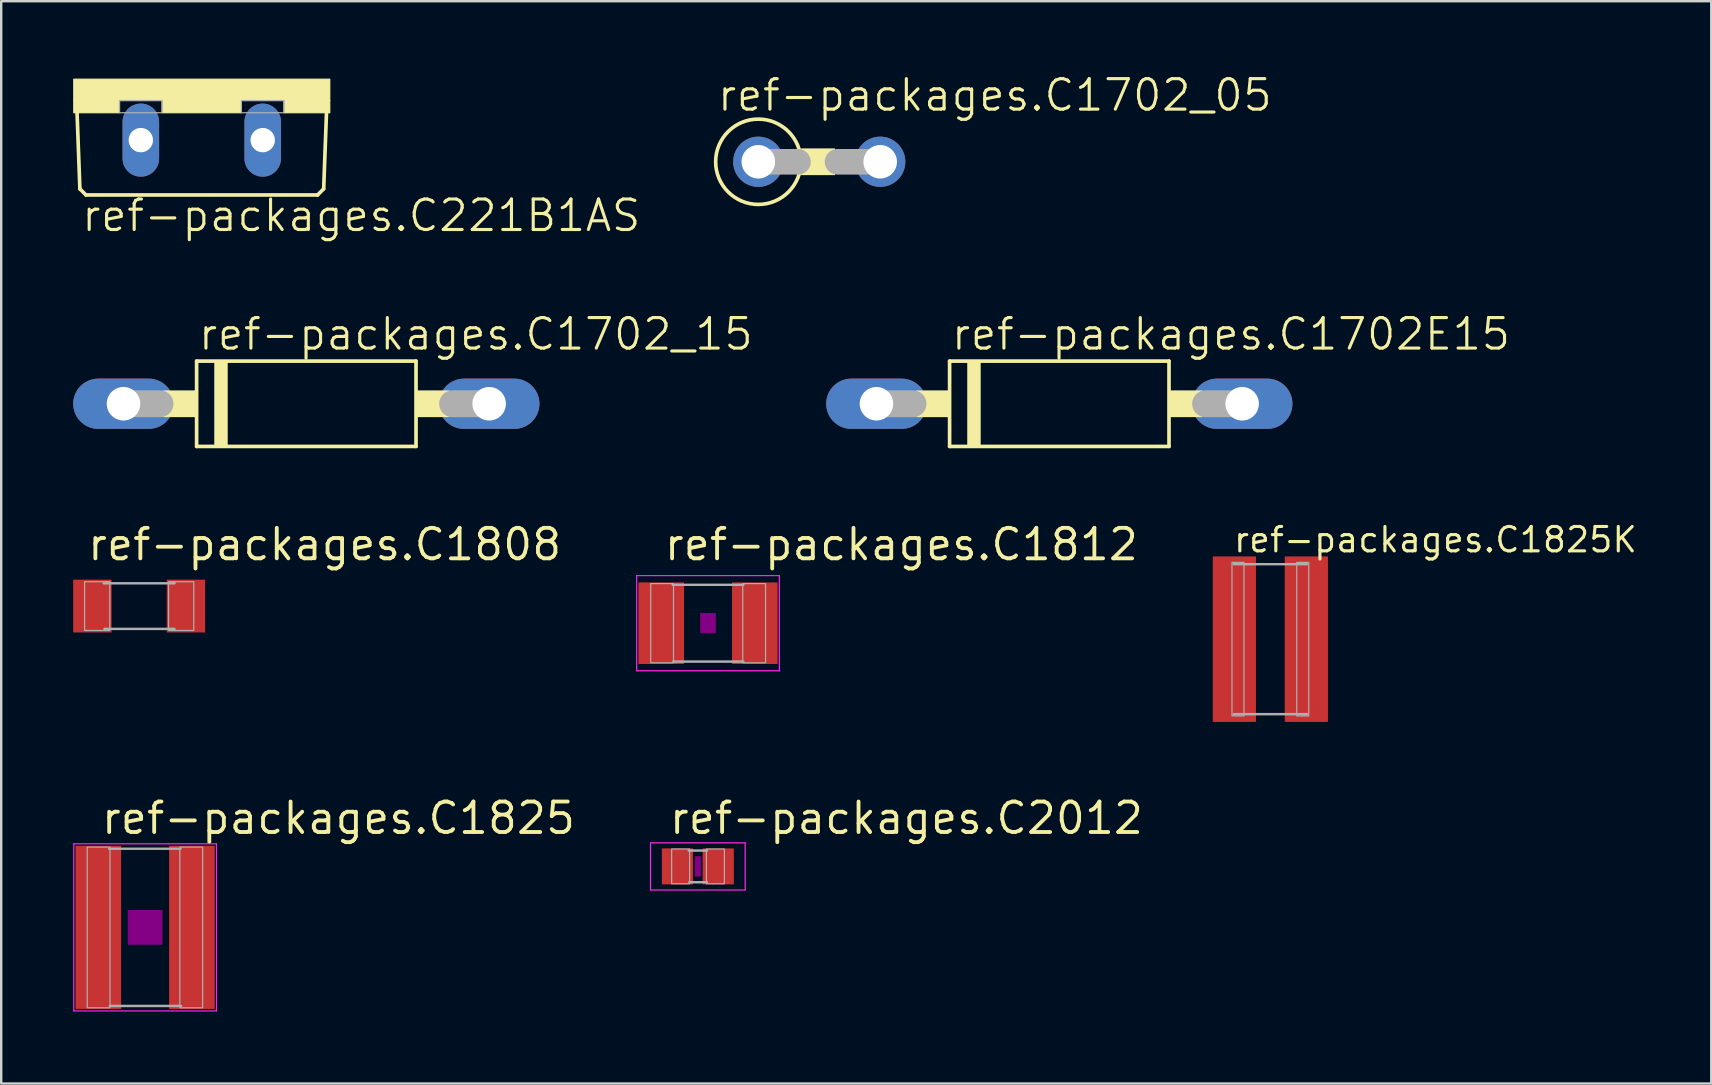
<source format=kicad_pcb>
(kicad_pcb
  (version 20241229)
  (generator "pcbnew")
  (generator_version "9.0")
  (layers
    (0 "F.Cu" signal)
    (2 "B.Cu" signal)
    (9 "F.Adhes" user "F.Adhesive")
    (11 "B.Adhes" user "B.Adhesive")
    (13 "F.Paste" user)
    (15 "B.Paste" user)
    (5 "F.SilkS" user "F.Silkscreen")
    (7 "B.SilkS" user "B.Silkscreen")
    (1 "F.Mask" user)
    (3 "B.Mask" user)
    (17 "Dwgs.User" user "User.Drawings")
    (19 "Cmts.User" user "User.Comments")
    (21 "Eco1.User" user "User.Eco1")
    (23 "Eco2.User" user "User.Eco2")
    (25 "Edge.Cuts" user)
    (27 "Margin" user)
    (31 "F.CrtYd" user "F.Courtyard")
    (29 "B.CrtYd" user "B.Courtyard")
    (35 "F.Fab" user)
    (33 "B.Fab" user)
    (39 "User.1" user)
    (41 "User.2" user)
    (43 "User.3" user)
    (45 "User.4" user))
  (footprint "ref-packages.C1702_05"
    (layer "F.Cu")
    (at 31.093 3.692)
    (property "Reference" "ref-packages.C1702_05" (at -4.318 -2.032 0) (layer "F.SilkS") (effects (font (size 1.27 1.27) (thickness 0.13)) (justify left bottom)))
    (attr through_hole)
    (fp_rect (start -0.737 0.533) (end 0.635 -0.533) (stroke (width 0.05) (type default)) (fill yes) (layer "F.SilkS"))
    (fp_circle (center -2.54 0) (end -0.762 0) (stroke (width 0.152) (type default)) (fill no) (layer "F.SilkS"))
    (fp_line (start -2.54 0) (end -0.889 0) (stroke (width 1.067) (type default)) (layer "F.Fab"))
    (fp_line (start 2.54 0) (end 0.762 0) (stroke (width 1.067) (type default)) (layer "F.Fab"))
    (pad "A" thru_hole circle (at 2.54 0) (size 2.095 2.095) (drill 1.397) (layers "*.Cu" "*.Mask"))
    (pad "C" thru_hole circle (at -2.54 0) (size 2.095 2.095) (drill 1.397) (layers "*.Cu" "*.Mask")))
  (footprint "ref-packages.C1702_15"
    (layer "F.Cu")
    (at 9.716 13.777)
    (property "Reference" "ref-packages.C1702_15" (at -4.572 -2.159 0) (layer "F.SilkS") (effects (font (size 1.27 1.27) (thickness 0.13)) (justify left bottom)))
    (attr through_hole)
    (fp_line (start -4.572 1.778) (end -4.572 -1.778) (stroke (width 0.152) (type default)) (layer "F.SilkS"))
    (fp_line (start -4.572 1.778) (end 4.572 1.778) (stroke (width 0.152) (type default)) (layer "F.SilkS"))
    (fp_line (start 4.572 -1.778) (end -4.572 -1.778) (stroke (width 0.152) (type default)) (layer "F.SilkS"))
    (fp_line (start 4.572 -1.778) (end 4.572 1.778) (stroke (width 0.152) (type default)) (layer "F.SilkS"))
    (fp_rect (start -5.944 0.533) (end -4.572 -0.533) (stroke (width 0.05) (type default)) (fill yes) (layer "F.SilkS"))
    (fp_rect (start -3.81 1.778) (end -3.302 -1.778) (stroke (width 0.05) (type default)) (fill yes) (layer "F.SilkS"))
    (fp_rect (start 4.572 0.533) (end 5.944 -0.533) (stroke (width 0.05) (type default)) (fill yes) (layer "F.SilkS"))
    (fp_line (start -7.62 0) (end -6.096 0) (stroke (width 1.118) (type default)) (layer "F.Fab"))
    (fp_line (start 7.62 0) (end 6.096 0) (stroke (width 1.118) (type default)) (layer "F.Fab"))
    (pad "A" thru_hole oval (at 7.62 0) (size 4.191 2.095) (drill 1.397) (layers "*.Cu" "*.Mask"))
    (pad "C" thru_hole oval (at -7.62 0) (size 4.191 2.095) (drill 1.397) (layers "*.Cu" "*.Mask")))
  (footprint "ref-packages.C1702E15"
    (layer "F.Cu")
    (at 41.097 13.777)
    (property "Reference" "ref-packages.C1702E15" (at -4.572 -2.159 0) (layer "F.SilkS") (effects (font (size 1.27 1.27) (thickness 0.13)) (justify left bottom)))
    (attr through_hole)
    (fp_line (start -4.572 1.778) (end -4.572 -1.778) (stroke (width 0.152) (type default)) (layer "F.SilkS"))
    (fp_line (start -4.572 1.778) (end 4.572 1.778) (stroke (width 0.152) (type default)) (layer "F.SilkS"))
    (fp_line (start 4.572 -1.778) (end -4.572 -1.778) (stroke (width 0.152) (type default)) (layer "F.SilkS"))
    (fp_line (start 4.572 -1.778) (end 4.572 1.778) (stroke (width 0.152) (type default)) (layer "F.SilkS"))
    (fp_rect (start -5.944 0.533) (end -4.572 -0.533) (stroke (width 0.05) (type default)) (fill yes) (layer "F.SilkS"))
    (fp_rect (start -3.81 1.778) (end -3.302 -1.778) (stroke (width 0.05) (type default)) (fill yes) (layer "F.SilkS"))
    (fp_rect (start 4.572 0.533) (end 5.944 -0.533) (stroke (width 0.05) (type default)) (fill yes) (layer "F.SilkS"))
    (fp_line (start -7.62 0) (end -6.096 0) (stroke (width 1.118) (type default)) (layer "F.Fab"))
    (fp_line (start 7.62 0) (end 6.096 0) (stroke (width 1.118) (type default)) (layer "F.Fab"))
    (pad "A" thru_hole oval (at 7.62 0) (size 4.191 2.095) (drill 1.397) (layers "*.Cu" "*.Mask"))
    (pad "C" thru_hole oval (at -7.62 0) (size 4.191 2.095) (drill 1.397) (layers "*.Cu" "*.Mask")))
  (footprint "ref-packages.C1825"
    (layer "F.Cu")
    (at 2.998 35.598)
    (property "Reference" "ref-packages.C1825" (at -1.905 -3.81 0) (layer "F.SilkS") (effects (font (size 1.27 1.27) (thickness 0.16)) (justify left bottom)))
    (attr smd)
    (fp_rect (start -0.7 0.7) (end 0.7 -0.7) (stroke (width 0.05) (type default)) (fill yes) (layer "F.Adhes"))
    (fp_line (start -2.973 -3.483) (end 2.973 -3.483) (stroke (width 0.051) (type default)) (layer "F.CrtYd"))
    (fp_line (start -2.973 3.483) (end -2.973 -3.483) (stroke (width 0.051) (type default)) (layer "F.CrtYd"))
    (fp_line (start 2.973 -3.483) (end 2.973 3.483) (stroke (width 0.051) (type default)) (layer "F.CrtYd"))
    (fp_line (start 2.973 3.483) (end -2.973 3.483) (stroke (width 0.051) (type default)) (layer "F.CrtYd"))
    (fp_line (start -1.499 -3.277) (end 1.473 -3.277) (stroke (width 0.102) (type default)) (layer "F.Fab"))
    (fp_line (start -1.473 3.277) (end 1.499 3.277) (stroke (width 0.102) (type default)) (layer "F.Fab"))
    (fp_rect (start -2.413 3.353) (end -1.463 -3.347) (stroke (width 0.05) (type default)) (fill no) (layer "F.Fab"))
    (fp_rect (start 1.448 3.353) (end 2.398 -3.347) (stroke (width 0.05) (type default)) (fill no) (layer "F.Fab"))
    (pad "1" smd roundrect (at -1.95 0) (size 1.9 6.8) (layers "F.Cu" "F.Mask" "F.Paste") (roundrect_rratio 0.01))
    (pad "2" smd roundrect (at 1.95 0) (size 1.9 6.8) (layers "F.Cu" "F.Mask" "F.Paste") (roundrect_rratio 0.01)))
  (footprint "ref-packages.C1825K"
    (layer "F.Cu")
    (at 49.893 23.588)
    (property "Reference" "ref-packages.C1825K" (at -1.6 -3.55 0) (layer "F.SilkS") (effects (font (size 1.016 1.016) (thickness 0.13)) (justify left bottom)))
    (attr smd)
    (fp_line (start -1.525 -3.125) (end 1.525 -3.125) (stroke (width 0.102) (type default)) (layer "F.Fab"))
    (fp_line (start 1.525 3.125) (end -1.525 3.125) (stroke (width 0.102) (type default)) (layer "F.Fab"))
    (fp_rect (start -1.6 3.2) (end -1.1 -3.2) (stroke (width 0.05) (type default)) (fill no) (layer "F.Fab"))
    (fp_rect (start 1.1 3.2) (end 1.6 -3.2) (stroke (width 0.05) (type default)) (fill no) (layer "F.Fab"))
    (pad "1" smd roundrect (at -1.5 0) (size 1.8 6.9) (layers "F.Cu" "F.Mask" "F.Paste") (roundrect_rratio 0.01))
    (pad "2" smd roundrect (at 1.5 0) (size 1.8 6.9) (layers "F.Cu" "F.Mask" "F.Paste") (roundrect_rratio 0.01)))
  (footprint "ref-packages.C1812"
    (layer "F.Cu")
    (at 26.457 22.922)
    (property "Reference" "ref-packages.C1812" (at -1.905 -2.54 0) (layer "F.SilkS") (effects (font (size 1.27 1.27) (thickness 0.16)) (justify left bottom)))
    (attr smd)
    (fp_rect (start -0.3 0.4) (end 0.3 -0.4) (stroke (width 0.05) (type default)) (fill yes) (layer "F.Adhes"))
    (fp_line (start -2.973 -1.983) (end 2.973 -1.983) (stroke (width 0.051) (type default)) (layer "F.CrtYd"))
    (fp_line (start -2.973 1.983) (end -2.973 -1.983) (stroke (width 0.051) (type default)) (layer "F.CrtYd"))
    (fp_line (start 2.973 -1.983) (end 2.973 1.983) (stroke (width 0.051) (type default)) (layer "F.CrtYd"))
    (fp_line (start 2.973 1.983) (end -2.973 1.983) (stroke (width 0.051) (type default)) (layer "F.CrtYd"))
    (fp_line (start -1.473 -1.6) (end 1.473 -1.6) (stroke (width 0.102) (type default)) (layer "F.Fab"))
    (fp_line (start -1.448 1.6) (end 1.473 1.6) (stroke (width 0.102) (type default)) (layer "F.Fab"))
    (fp_rect (start -2.388 1.651) (end -1.438 -1.649) (stroke (width 0.05) (type default)) (fill no) (layer "F.Fab"))
    (fp_rect (start 1.448 1.651) (end 2.398 -1.649) (stroke (width 0.05) (type default)) (fill no) (layer "F.Fab"))
    (pad "1" smd roundrect (at -1.95 0) (size 1.9 3.4) (layers "F.Cu" "F.Mask" "F.Paste") (roundrect_rratio 0.01))
    (pad "2" smd roundrect (at 1.95 0) (size 1.9 3.4) (layers "F.Cu" "F.Mask" "F.Paste") (roundrect_rratio 0.01)))
  (footprint "ref-packages.C221B1AS"
    (layer "F.Cu")
    (at 5.359 0.25)
    (property "Reference" "ref-packages.C221B1AS" (at -5.08 6.426 0) (layer "F.SilkS") (effects (font (size 1.27 1.27) (thickness 0.13)) (justify left bottom)))
    (attr through_hole)
    (fp_line (start -5.08 4.572) (end -5.207 1.143) (stroke (width 0.152) (type default)) (layer "F.SilkS"))
    (fp_line (start -5.08 4.572) (end -4.826 4.826) (stroke (width 0.152) (type default)) (layer "F.SilkS"))
    (fp_line (start 4.826 4.826) (end -4.826 4.826) (stroke (width 0.152) (type default)) (layer "F.SilkS"))
    (fp_line (start 4.826 4.826) (end 5.08 4.572) (stroke (width 0.152) (type default)) (layer "F.SilkS"))
    (fp_line (start 5.207 1.143) (end 5.08 4.572) (stroke (width 0.152) (type default)) (layer "F.SilkS"))
    (fp_rect (start -5.334 0.889) (end 5.334 0) (stroke (width 0.05) (type default)) (fill yes) (layer "F.SilkS"))
    (fp_rect (start -5.334 1.397) (end -3.429 0.889) (stroke (width 0.05) (type default)) (fill yes) (layer "F.SilkS"))
    (fp_rect (start -1.651 1.397) (end 1.651 0.889) (stroke (width 0.05) (type default)) (fill yes) (layer "F.SilkS"))
    (fp_rect (start 3.429 1.397) (end 5.334 0.889) (stroke (width 0.05) (type default)) (fill yes) (layer "F.SilkS"))
    (fp_rect (start -3.429 1.397) (end -1.651 0.889) (stroke (width 0.05) (type default)) (fill no) (layer "F.Fab"))
    (fp_rect (start 1.651 1.397) (end 3.429 0.889) (stroke (width 0.05) (type default)) (fill no) (layer "F.Fab"))
    (pad "A" thru_hole oval (at 2.54 2.54 90) (size 3.048 1.524) (drill 1.016) (layers "*.Cu" "*.Mask"))
    (pad "C" thru_hole oval (at -2.54 2.54 90) (size 3.048 1.524) (drill 1.016) (layers "*.Cu" "*.Mask")))
  (footprint "ref-packages.C2012"
    (layer "F.Cu")
    (at 26.033 33.058)
    (property "Reference" "ref-packages.C2012" (at -1.27 -1.27 0) (layer "F.SilkS") (effects (font (size 1.27 1.27) (thickness 0.16)) (justify left bottom)))
    (attr smd)
    (fp_rect (start -0.1 0.4) (end 0.1 -0.4) (stroke (width 0.05) (type default)) (fill yes) (layer "F.Adhes"))
    (fp_line (start -1.973 -0.983) (end 1.973 -0.983) (stroke (width 0.051) (type default)) (layer "F.CrtYd"))
    (fp_line (start -1.973 0.983) (end -1.973 -0.983) (stroke (width 0.051) (type default)) (layer "F.CrtYd"))
    (fp_line (start 1.973 -0.983) (end 1.973 0.983) (stroke (width 0.051) (type default)) (layer "F.CrtYd"))
    (fp_line (start 1.973 0.983) (end -1.973 0.983) (stroke (width 0.051) (type default)) (layer "F.CrtYd"))
    (fp_line (start -0.381 -0.66) (end 0.381 -0.66) (stroke (width 0.102) (type default)) (layer "F.Fab"))
    (fp_line (start -0.356 0.66) (end 0.381 0.66) (stroke (width 0.102) (type default)) (layer "F.Fab"))
    (fp_rect (start -1.092 0.724) (end -0.342 -0.726) (stroke (width 0.05) (type default)) (fill no) (layer "F.Fab"))
    (fp_rect (start 0.356 0.724) (end 1.106 -0.726) (stroke (width 0.05) (type default)) (fill no) (layer "F.Fab"))
    (pad "1" smd roundrect (at -0.85 0) (size 1.3 1.5) (layers "F.Cu" "F.Mask" "F.Paste") (roundrect_rratio 0.01))
    (pad "2" smd roundrect (at 0.85 0) (size 1.3 1.5) (layers "F.Cu" "F.Mask" "F.Paste") (roundrect_rratio 0.01)))
  (footprint "ref-packages.C1808"
    (layer "F.Cu")
    (at 2.75 22.209)
    (property "Reference" "ref-packages.C1808" (at -2.233 -1.827 0) (layer "F.SilkS") (effects (font (size 1.27 1.27) (thickness 0.16)) (justify left bottom)))
    (attr smd)
    (fp_line (start -1.473 -0.95) (end 1.473 -0.95) (stroke (width 0.102) (type default)) (layer "F.Fab"))
    (fp_line (start -1.448 0.95) (end 1.473 0.95) (stroke (width 0.102) (type default)) (layer "F.Fab"))
    (fp_rect (start -2.275 1.015) (end -1.225 -1.015) (stroke (width 0.05) (type default)) (fill no) (layer "F.Fab"))
    (fp_rect (start 1.225 1.015) (end 2.275 -1.015) (stroke (width 0.05) (type default)) (fill no) (layer "F.Fab"))
    (pad "1" smd roundrect (at -1.95 0) (size 1.6 2.2) (layers "F.Cu" "F.Mask" "F.Paste") (roundrect_rratio 0.01))
    (pad "2" smd roundrect (at 1.95 0) (size 1.6 2.2) (layers "F.Cu" "F.Mask" "F.Paste") (roundrect_rratio 0.01)))
  (gr_rect
    (start -3 -3)
    (end 68.268 42.106)
    (stroke (width 0.1) (type default))
    (fill no)
    (layer "Edge.Cuts")))
</source>
